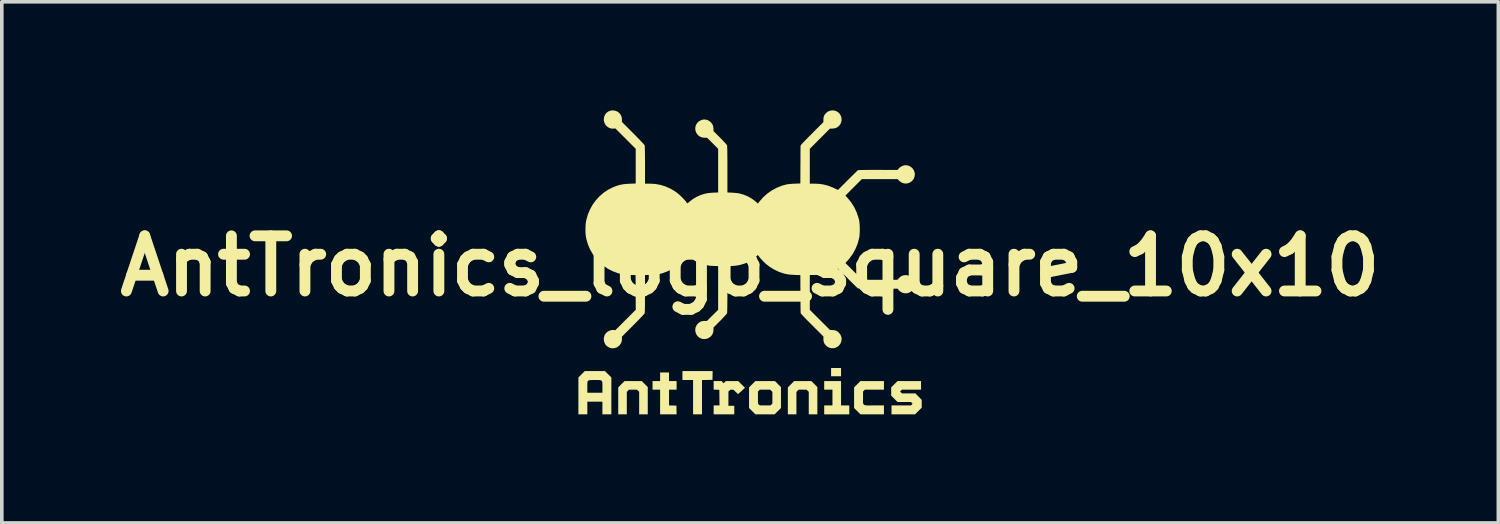
<source format=kicad_pcb>
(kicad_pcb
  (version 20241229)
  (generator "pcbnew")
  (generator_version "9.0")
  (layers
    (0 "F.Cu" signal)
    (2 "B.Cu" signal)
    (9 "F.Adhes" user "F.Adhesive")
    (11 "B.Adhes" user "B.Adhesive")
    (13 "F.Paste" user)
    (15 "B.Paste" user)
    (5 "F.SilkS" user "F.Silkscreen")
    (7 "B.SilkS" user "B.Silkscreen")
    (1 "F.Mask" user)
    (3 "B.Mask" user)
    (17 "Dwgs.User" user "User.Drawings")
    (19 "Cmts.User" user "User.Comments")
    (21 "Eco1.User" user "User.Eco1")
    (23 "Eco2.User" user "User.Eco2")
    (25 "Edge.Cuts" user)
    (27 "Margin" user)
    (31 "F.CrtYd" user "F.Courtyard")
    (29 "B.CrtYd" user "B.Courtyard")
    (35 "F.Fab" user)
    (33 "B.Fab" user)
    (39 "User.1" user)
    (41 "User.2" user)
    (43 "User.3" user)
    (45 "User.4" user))
  (footprint "AntTronics_logo_square_10x10"
    (layer "F.Cu")
    (at 17.678 4.302)
    (property "Reference" "AntTronics_logo_square_10x10" (at 0 0 0) (layer "F.SilkS") (effects (font (size 1.524 1.524) (thickness 0.3))))
    (attr board_only exclude_from_pos_files exclude_from_bom)
    (fp_poly (pts (xy 2.514 3.046) (xy 2.239 3.046) (xy 2.239 2.818) (xy 2.514 2.818)) (stroke (width 0) (type solid)) (fill yes) (layer "F.SilkS"))
    (fp_poly (pts (xy -1.036 3.024) (xy -1.039 3.145) (xy -1.184 3.148) (xy -1.328 3.151) (xy -1.328 4.099) (xy -1.575 4.099) (xy -1.575 3.15) (xy -1.869 3.15) (xy -1.869 2.903) (xy -1.034 2.903)) (stroke (width 0) (type solid)) (fill yes) (layer "F.SilkS"))
    (fp_poly (pts (xy 2.514 3.852) (xy 2.742 3.852) (xy 2.742 4.099) (xy 2.049 4.099) (xy 2.049 3.852) (xy 2.277 3.852) (xy 2.277 3.416) (xy 2.049 3.416) (xy 2.049 3.179) (xy 2.514 3.179)) (stroke (width 0) (type solid)) (fill yes) (layer "F.SilkS"))
    (fp_poly (pts (xy 1.86 3.345) (xy 1.86 4.099) (xy 1.622 4.099) (xy 1.622 3.476) (xy 1.591 3.446) (xy 1.56 3.416) (xy 1.342 3.416) (xy 1.311 3.447) (xy 1.281 3.478) (xy 1.281 4.099) (xy 1.044 4.099) (xy 1.044 3.354) (xy 1.132 3.266) (xy 1.22 3.179) (xy 1.694 3.179)) (stroke (width 0) (type solid)) (fill yes) (layer "F.SilkS"))
    (fp_poly (pts (xy -2.91 3.262) (xy -2.827 3.345) (xy -2.827 4.099) (xy -3.065 4.099) (xy -3.065 3.476) (xy -3.096 3.446) (xy -3.127 3.416) (xy -3.346 3.416) (xy -3.376 3.447) (xy -3.406 3.478) (xy -3.406 4.099) (xy -3.643 4.099) (xy -3.643 3.354) (xy -3.556 3.266) (xy -3.468 3.179) (xy -2.993 3.179)) (stroke (width 0) (type solid)) (fill yes) (layer "F.SilkS"))
    (fp_poly (pts (xy -2.239 3.179) (xy -2.03 3.179) (xy -2.03 3.416) (xy -2.239 3.416) (xy -2.239 3.852) (xy -2.137 3.854) (xy -2.035 3.857) (xy -2.033 3.978) (xy -2.03 4.099) (xy -2.486 4.099) (xy -2.486 3.416) (xy -2.695 3.416) (xy -2.695 3.179) (xy -2.486 3.179) (xy -2.486 2.941) (xy -2.239 2.941)) (stroke (width 0) (type solid)) (fill yes) (layer "F.SilkS"))
    (fp_poly (pts (xy 3.7 3.416) (xy 3.173 3.416) (xy 3.122 3.469) (xy 3.122 3.64) (xy 3.121 3.698) (xy 3.121 3.745) (xy 3.123 3.781) (xy 3.129 3.808) (xy 3.141 3.827) (xy 3.161 3.84) (xy 3.191 3.848) (xy 3.233 3.852) (xy 3.287 3.853) (xy 3.358 3.852) (xy 3.433 3.852) (xy 3.7 3.852) (xy 3.7 4.099) (xy 3.05 4.099) (xy 2.963 4.011) (xy 2.875 3.923) (xy 2.875 3.354) (xy 2.963 3.266) (xy 3.051 3.179) (xy 3.7 3.179)) (stroke (width 0) (type solid)) (fill yes) (layer "F.SilkS"))
    (fp_poly (pts (xy 4.725 3.416) (xy 4.197 3.416) (xy 4.172 3.442) (xy 4.146 3.469) (xy 4.173 3.495) (xy 4.2 3.52) (xy 4.57 3.52) (xy 4.744 3.698) (xy 4.744 3.914) (xy 4.559 4.099) (xy 3.909 4.099) (xy 3.909 3.852) (xy 4.447 3.852) (xy 4.469 3.829) (xy 4.491 3.805) (xy 4.469 3.781) (xy 4.447 3.757) (xy 4.075 3.757) (xy 3.987 3.669) (xy 3.9 3.581) (xy 3.9 3.354) (xy 3.988 3.266) (xy 4.076 3.179) (xy 4.725 3.179)) (stroke (width 0) (type solid)) (fill yes) (layer "F.SilkS"))
    (fp_poly (pts (xy 0.854 3.345) (xy 0.854 3.924) (xy 0.766 4.011) (xy 0.678 4.099) (xy 0.147 4.099) (xy 0.059 4.011) (xy -0.028 3.923) (xy -0.028 3.708) (xy 0.218 3.708) (xy 0.219 3.76) (xy 0.223 3.798) (xy 0.233 3.824) (xy 0.25 3.84) (xy 0.276 3.848) (xy 0.314 3.852) (xy 0.366 3.852) (xy 0.412 3.852) (xy 0.564 3.852) (xy 0.59 3.827) (xy 0.617 3.801) (xy 0.617 3.478) (xy 0.586 3.447) (xy 0.556 3.416) (xy 0.269 3.416) (xy 0.244 3.442) (xy 0.218 3.469) (xy 0.218 3.639) (xy 0.218 3.708) (xy -0.028 3.708) (xy -0.028 3.354) (xy 0.059 3.266) (xy 0.147 3.179) (xy 0.688 3.179)) (stroke (width 0) (type solid)) (fill yes) (layer "F.SilkS"))
    (fp_poly (pts (xy -3.921 2.991) (xy -3.833 3.079) (xy -3.833 4.099) (xy -4.08 4.099) (xy -4.08 3.748) (xy -4.497 3.748) (xy -4.497 4.099) (xy -4.744 4.099) (xy -4.744 3.304) (xy -4.498 3.304) (xy -4.497 3.346) (xy -4.497 3.501) (xy -4.08 3.501) (xy -4.08 3.348) (xy -4.08 3.283) (xy -4.081 3.234) (xy -4.086 3.199) (xy -4.097 3.175) (xy -4.116 3.161) (xy -4.146 3.153) (xy -4.188 3.15) (xy -4.246 3.15) (xy -4.287 3.15) (xy -4.356 3.15) (xy -4.407 3.151) (xy -4.445 3.156) (xy -4.47 3.166) (xy -4.486 3.183) (xy -4.494 3.211) (xy -4.497 3.25) (xy -4.498 3.304) (xy -4.744 3.304) (xy -4.744 3.079) (xy -4.656 2.991) (xy -4.568 2.903) (xy -4.008 2.903)) (stroke (width 0) (type solid)) (fill yes) (layer "F.SilkS"))
    (fp_poly (pts (xy -0.732 3.24) (xy -0.7 3.209) (xy -0.668 3.179) (xy -0.327 3.179) (xy -0.234 3.272) (xy -0.141 3.365) (xy -0.232 3.45) (xy -0.267 3.482) (xy -0.297 3.508) (xy -0.319 3.527) (xy -0.33 3.537) (xy -0.331 3.537) (xy -0.34 3.532) (xy -0.359 3.515) (xy -0.384 3.491) (xy -0.398 3.478) (xy -0.427 3.448) (xy -0.447 3.43) (xy -0.464 3.42) (xy -0.482 3.416) (xy -0.502 3.416) (xy -0.534 3.418) (xy -0.556 3.428) (xy -0.572 3.442) (xy -0.598 3.469) (xy -0.598 3.862) (xy -0.436 3.862) (xy -0.436 4.099) (xy -1.006 4.099) (xy -1.006 3.852) (xy -0.844 3.852) (xy -0.847 3.636) (xy -0.849 3.421) (xy -0.927 3.418) (xy -1.006 3.415) (xy -1.006 3.179) (xy -0.787 3.179)) (stroke (width 0) (type solid)) (fill yes) (layer "F.SilkS"))
    (fp_poly (pts (xy 2.343 -4.294) (xy 2.401 -4.271) (xy 2.449 -4.235) (xy 2.488 -4.19) (xy 2.514 -4.137) (xy 2.528 -4.08) (xy 2.529 -4.021) (xy 2.515 -3.962) (xy 2.486 -3.906) (xy 2.457 -3.872) (xy 2.41 -3.834) (xy 2.359 -3.811) (xy 2.299 -3.8) (xy 2.278 -3.799) (xy 2.208 -3.798) (xy 1.651 -3.24) (xy 1.651 -2.277) (xy 1.773 -2.277) (xy 1.907 -2.271) (xy 2.032 -2.253) (xy 2.154 -2.221) (xy 2.278 -2.174) (xy 2.328 -2.151) (xy 2.43 -2.103) (xy 2.698 -2.371) (xy 2.757 -2.43) (xy 2.813 -2.485) (xy 2.863 -2.535) (xy 2.906 -2.577) (xy 2.941 -2.611) (xy 2.966 -2.635) (xy 2.98 -2.647) (xy 2.982 -2.649) (xy 2.995 -2.651) (xy 3.027 -2.652) (xy 3.075 -2.654) (xy 3.139 -2.655) (xy 3.219 -2.656) (xy 3.314 -2.657) (xy 3.421 -2.657) (xy 3.538 -2.657) (xy 4.077 -2.656) (xy 4.103 -2.69) (xy 4.138 -2.724) (xy 4.184 -2.754) (xy 4.235 -2.776) (xy 4.271 -2.785) (xy 4.334 -2.785) (xy 4.394 -2.768) (xy 4.448 -2.737) (xy 4.494 -2.694) (xy 4.528 -2.642) (xy 4.549 -2.583) (xy 4.554 -2.534) (xy 4.544 -2.465) (xy 4.518 -2.403) (xy 4.477 -2.352) (xy 4.424 -2.312) (xy 4.358 -2.286) (xy 4.292 -2.279) (xy 4.228 -2.29) (xy 4.167 -2.319) (xy 4.125 -2.353) (xy 4.076 -2.401) (xy 3.088 -2.401) (xy 2.635 -1.947) (xy 2.699 -1.877) (xy 2.797 -1.756) (xy 2.88 -1.625) (xy 2.946 -1.483) (xy 2.997 -1.332) (xy 3.015 -1.259) (xy 3.023 -1.204) (xy 3.029 -1.136) (xy 3.032 -1.059) (xy 3.032 -0.979) (xy 3.029 -0.902) (xy 3.024 -0.832) (xy 3.015 -0.775) (xy 3.014 -0.769) (xy 2.972 -0.616) (xy 2.913 -0.471) (xy 2.838 -0.335) (xy 2.747 -0.209) (xy 2.699 -0.153) (xy 2.635 -0.084) (xy 3.098 0.38) (xy 4.071 0.38) (xy 4.122 0.328) (xy 4.155 0.297) (xy 4.185 0.277) (xy 4.219 0.263) (xy 4.227 0.261) (xy 4.293 0.25) (xy 4.357 0.256) (xy 4.414 0.276) (xy 4.464 0.309) (xy 4.504 0.352) (xy 4.534 0.403) (xy 4.55 0.46) (xy 4.552 0.522) (xy 4.538 0.585) (xy 4.525 0.615) (xy 4.488 0.672) (xy 4.439 0.714) (xy 4.377 0.743) (xy 4.366 0.746) (xy 4.303 0.755) (xy 4.239 0.747) (xy 4.179 0.724) (xy 4.127 0.686) (xy 4.107 0.664) (xy 4.076 0.626) (xy 3.538 0.627) (xy 3.416 0.627) (xy 3.308 0.626) (xy 3.214 0.626) (xy 3.134 0.625) (xy 3.07 0.623) (xy 3.023 0.622) (xy 2.993 0.62) (xy 2.982 0.618) (xy 2.972 0.609) (xy 2.95 0.589) (xy 2.917 0.558) (xy 2.876 0.518) (xy 2.828 0.47) (xy 2.774 0.417) (xy 2.716 0.359) (xy 2.698 0.34) (xy 2.431 0.072) (xy 2.328 0.121) (xy 2.208 0.172) (xy 2.093 0.209) (xy 1.978 0.233) (xy 1.857 0.245) (xy 1.777 0.247) (xy 1.651 0.247) (xy 1.651 1.21) (xy 1.93 1.489) (xy 2.21 1.768) (xy 2.279 1.769) (xy 2.334 1.774) (xy 2.378 1.787) (xy 2.419 1.811) (xy 2.451 1.839) (xy 2.496 1.893) (xy 2.522 1.954) (xy 2.531 2.018) (xy 2.521 2.087) (xy 2.52 2.092) (xy 2.493 2.152) (xy 2.454 2.201) (xy 2.405 2.238) (xy 2.35 2.262) (xy 2.29 2.272) (xy 2.23 2.268) (xy 2.171 2.249) (xy 2.117 2.215) (xy 2.092 2.19) (xy 2.058 2.147) (xy 2.038 2.103) (xy 2.029 2.052) (xy 2.027 2.015) (xy 2.027 1.946) (xy 1.715 1.635) (xy 1.652 1.571) (xy 1.592 1.511) (xy 1.538 1.456) (xy 1.491 1.407) (xy 1.452 1.366) (xy 1.423 1.334) (xy 1.405 1.313) (xy 1.399 1.305) (xy 1.398 1.292) (xy 1.397 1.262) (xy 1.396 1.216) (xy 1.395 1.157) (xy 1.394 1.087) (xy 1.394 1.006) (xy 1.393 0.917) (xy 1.392 0.822) (xy 1.392 0.769) (xy 1.39 0.251) (xy 1.233 0.246) (xy 1.136 0.24) (xy 1.051 0.231) (xy 0.973 0.216) (xy 0.897 0.195) (xy 0.817 0.167) (xy 0.803 0.162) (xy 0.665 0.097) (xy 0.535 0.017) (xy 0.415 -0.079) (xy 0.308 -0.189) (xy 0.266 -0.24) (xy 0.215 -0.305) (xy 0.177 -0.268) (xy 0.079 -0.188) (xy -0.03 -0.121) (xy -0.15 -0.068) (xy -0.278 -0.03) (xy -0.413 -0.007) (xy -0.538 -0.000056) (xy -0.626 0) (xy -0.626 0.64) (xy -0.626 0.788) (xy -0.627 0.918) (xy -0.628 1.028) (xy -0.629 1.121) (xy -0.63 1.194) (xy -0.632 1.249) (xy -0.634 1.286) (xy -0.636 1.305) (xy -0.636 1.306) (xy -0.646 1.32) (xy -0.666 1.345) (xy -0.697 1.379) (xy -0.736 1.42) (xy -0.78 1.467) (xy -0.828 1.516) (xy -1.01 1.699) (xy -1.011 1.763) (xy -1.018 1.828) (xy -1.038 1.882) (xy -1.071 1.93) (xy -1.08 1.939) (xy -1.133 1.982) (xy -1.192 2.008) (xy -1.253 2.019) (xy -1.315 2.015) (xy -1.373 1.995) (xy -1.426 1.961) (xy -1.469 1.913) (xy -1.483 1.89) (xy -1.508 1.825) (xy -1.516 1.759) (xy -1.505 1.694) (xy -1.476 1.634) (xy -1.452 1.601) (xy -1.404 1.558) (xy -1.351 1.53) (xy -1.288 1.518) (xy -1.258 1.517) (xy -1.191 1.517) (xy -0.882 1.21) (xy -0.882 0) (xy -0.97 -0.000293) (xy -1.118 -0.009) (xy -1.258 -0.034) (xy -1.388 -0.077) (xy -1.511 -0.136) (xy -1.625 -0.212) (xy -1.663 -0.242) (xy -1.734 -0.302) (xy -1.766 -0.258) (xy -1.803 -0.211) (xy -1.852 -0.158) (xy -1.906 -0.103) (xy -1.96 -0.053) (xy -2.012 -0.011) (xy -2.013 -0.009) (xy -2.143 0.077) (xy -2.282 0.147) (xy -2.43 0.201) (xy -2.476 0.213) (xy -2.519 0.224) (xy -2.558 0.231) (xy -2.599 0.237) (xy -2.647 0.24) (xy -2.706 0.243) (xy -2.74 0.244) (xy -2.903 0.249) (xy -2.903 0.764) (xy -2.904 0.893) (xy -2.904 1.005) (xy -2.905 1.1) (xy -2.906 1.177) (xy -2.908 1.237) (xy -2.91 1.279) (xy -2.912 1.302) (xy -2.913 1.306) (xy -2.922 1.318) (xy -2.943 1.342) (xy -2.974 1.377) (xy -3.015 1.42) (xy -3.063 1.471) (xy -3.119 1.528) (xy -3.179 1.589) (xy -3.233 1.643) (xy -3.542 1.953) (xy -3.54 2.011) (xy -3.546 2.076) (xy -3.569 2.137) (xy -3.607 2.191) (xy -3.656 2.233) (xy -3.688 2.251) (xy -3.737 2.266) (xy -3.79 2.273) (xy -3.838 2.271) (xy -3.849 2.269) (xy -3.891 2.253) (xy -3.934 2.228) (xy -3.972 2.198) (xy -3.989 2.179) (xy -4.023 2.12) (xy -4.04 2.055) (xy -4.041 1.988) (xy -4.024 1.923) (xy -4.019 1.911) (xy -3.985 1.858) (xy -3.938 1.815) (xy -3.881 1.784) (xy -3.82 1.768) (xy -3.767 1.768) (xy -3.723 1.773) (xy -3.441 1.491) (xy -3.159 1.209) (xy -3.164 0.251) (xy -3.321 0.246) (xy -3.393 0.242) (xy -3.451 0.238) (xy -3.501 0.232) (xy -3.549 0.223) (xy -3.598 0.211) (xy -3.647 0.198) (xy -3.787 0.147) (xy -3.919 0.081) (xy -4.042 -0.001) (xy -4.155 -0.097) (xy -4.256 -0.205) (xy -4.344 -0.325) (xy -4.419 -0.455) (xy -4.479 -0.594) (xy -4.522 -0.74) (xy -4.532 -0.786) (xy -4.542 -0.853) (xy -4.548 -0.933) (xy -4.549 -1.019) (xy -4.547 -1.105) (xy -4.54 -1.186) (xy -4.53 -1.255) (xy -4.528 -1.262) (xy -4.486 -1.414) (xy -4.427 -1.557) (xy -4.354 -1.69) (xy -4.266 -1.813) (xy -4.164 -1.924) (xy -4.05 -2.023) (xy -3.925 -2.107) (xy -3.789 -2.176) (xy -3.765 -2.186) (xy -3.679 -2.219) (xy -3.597 -2.242) (xy -3.514 -2.259) (xy -3.423 -2.269) (xy -3.323 -2.275) (xy -3.16 -2.28) (xy -3.16 -3.24) (xy -3.441 -3.522) (xy -3.723 -3.803) (xy -3.767 -3.798) (xy -3.832 -3.799) (xy -3.892 -3.817) (xy -3.945 -3.85) (xy -3.989 -3.894) (xy -4.021 -3.949) (xy -4.039 -4.012) (xy -4.042 -4.052) (xy -4.033 -4.12) (xy -4.009 -4.18) (xy -3.971 -4.231) (xy -3.921 -4.269) (xy -3.861 -4.293) (xy -3.795 -4.302) (xy -3.728 -4.293) (xy -3.667 -4.269) (xy -3.616 -4.231) (xy -3.576 -4.182) (xy -3.55 -4.123) (xy -3.54 -4.058) (xy -3.54 -4.041) (xy -3.542 -3.984) (xy -3.233 -3.674) (xy -3.169 -3.61) (xy -3.11 -3.549) (xy -3.055 -3.493) (xy -3.008 -3.443) (xy -2.968 -3.401) (xy -2.939 -3.368) (xy -2.92 -3.346) (xy -2.913 -3.337) (xy -2.911 -3.32) (xy -2.909 -3.285) (xy -2.907 -3.232) (xy -2.906 -3.161) (xy -2.904 -3.072) (xy -2.904 -2.966) (xy -2.903 -2.844) (xy -2.903 -2.794) (xy -2.903 -2.277) (xy -2.782 -2.277) (xy -2.627 -2.269) (xy -2.478 -2.243) (xy -2.336 -2.199) (xy -2.198 -2.137) (xy -2.073 -2.064) (xy -2.008 -2.016) (xy -1.939 -1.957) (xy -1.872 -1.893) (xy -1.812 -1.829) (xy -1.784 -1.795) (xy -1.733 -1.729) (xy -1.68 -1.774) (xy -1.58 -1.851) (xy -1.477 -1.912) (xy -1.365 -1.962) (xy -1.347 -1.968) (xy -1.276 -1.991) (xy -1.207 -2.008) (xy -1.133 -2.019) (xy -1.048 -2.026) (xy -1.013 -2.028) (xy -0.882 -2.033) (xy -0.882 -3.239) (xy -1.035 -3.393) (xy -1.188 -3.546) (xy -1.256 -3.546) (xy -1.324 -3.553) (xy -1.381 -3.574) (xy -1.431 -3.61) (xy -1.452 -3.632) (xy -1.489 -3.687) (xy -1.51 -3.747) (xy -1.515 -3.81) (xy -1.505 -3.871) (xy -1.479 -3.928) (xy -1.439 -3.978) (xy -1.41 -4.002) (xy -1.346 -4.035) (xy -1.281 -4.05) (xy -1.216 -4.046) (xy -1.155 -4.025) (xy -1.097 -3.986) (xy -1.08 -3.969) (xy -1.043 -3.922) (xy -1.021 -3.869) (xy -1.012 -3.807) (xy -1.011 -3.793) (xy -1.01 -3.729) (xy -0.828 -3.546) (xy -0.78 -3.497) (xy -0.735 -3.451) (xy -0.697 -3.409) (xy -0.666 -3.375) (xy -0.645 -3.35) (xy -0.636 -3.337) (xy -0.634 -3.321) (xy -0.632 -3.287) (xy -0.63 -3.235) (xy -0.629 -3.165) (xy -0.628 -3.076) (xy -0.627 -2.968) (xy -0.626 -2.842) (xy -0.626 -2.697) (xy -0.626 -2.672) (xy -0.626 -2.033) (xy -0.501 -2.028) (xy -0.445 -2.024) (xy -0.388 -2.019) (xy -0.336 -2.013) (xy -0.299 -2.007) (xy -0.179 -1.973) (xy -0.061 -1.925) (xy 0.048 -1.863) (xy 0.146 -1.79) (xy 0.166 -1.773) (xy 0.216 -1.727) (xy 0.266 -1.791) (xy 0.366 -1.904) (xy 0.48 -2.005) (xy 0.605 -2.092) (xy 0.74 -2.164) (xy 0.883 -2.221) (xy 1.008 -2.255) (xy 1.042 -2.261) (xy 1.09 -2.266) (xy 1.146 -2.271) (xy 1.205 -2.275) (xy 1.233 -2.276) (xy 1.39 -2.282) (xy 1.392 -2.785) (xy 1.393 -2.882) (xy 1.393 -2.973) (xy 1.393 -3.058) (xy 1.394 -3.134) (xy 1.394 -3.199) (xy 1.394 -3.252) (xy 1.395 -3.29) (xy 1.395 -3.312) (xy 1.395 -3.316) (xy 1.396 -3.324) (xy 1.401 -3.335) (xy 1.411 -3.349) (xy 1.427 -3.369) (xy 1.45 -3.394) (xy 1.481 -3.427) (xy 1.521 -3.468) (xy 1.571 -3.519) (xy 1.632 -3.581) (xy 1.706 -3.655) (xy 1.71 -3.66) (xy 2.026 -3.976) (xy 2.027 -4.045) (xy 2.031 -4.104) (xy 2.045 -4.152) (xy 2.071 -4.195) (xy 2.092 -4.22) (xy 2.143 -4.264) (xy 2.202 -4.291) (xy 2.27 -4.302) (xy 2.277 -4.302)) (stroke (width 0) (type solid)) (fill yes) (layer "F.SilkS")))
  (gr_rect
    (start -3 -3)
    (end 38.357 11.401)
    (stroke (width 0.1) (type default))
    (fill no)
    (layer "Edge.Cuts")))
</source>
